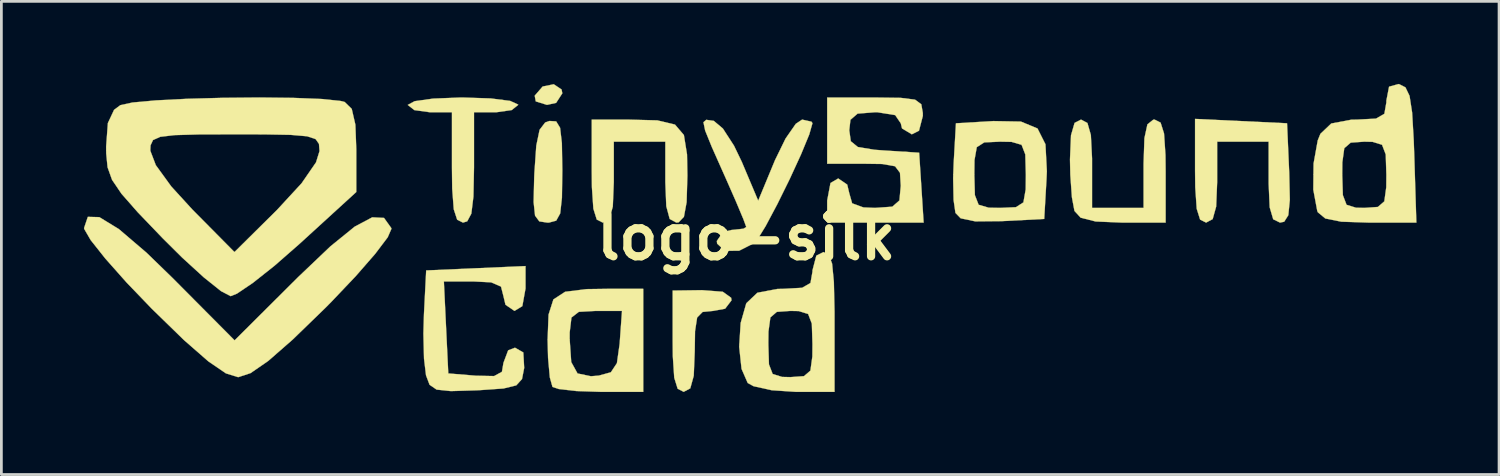
<source format=kicad_pcb>
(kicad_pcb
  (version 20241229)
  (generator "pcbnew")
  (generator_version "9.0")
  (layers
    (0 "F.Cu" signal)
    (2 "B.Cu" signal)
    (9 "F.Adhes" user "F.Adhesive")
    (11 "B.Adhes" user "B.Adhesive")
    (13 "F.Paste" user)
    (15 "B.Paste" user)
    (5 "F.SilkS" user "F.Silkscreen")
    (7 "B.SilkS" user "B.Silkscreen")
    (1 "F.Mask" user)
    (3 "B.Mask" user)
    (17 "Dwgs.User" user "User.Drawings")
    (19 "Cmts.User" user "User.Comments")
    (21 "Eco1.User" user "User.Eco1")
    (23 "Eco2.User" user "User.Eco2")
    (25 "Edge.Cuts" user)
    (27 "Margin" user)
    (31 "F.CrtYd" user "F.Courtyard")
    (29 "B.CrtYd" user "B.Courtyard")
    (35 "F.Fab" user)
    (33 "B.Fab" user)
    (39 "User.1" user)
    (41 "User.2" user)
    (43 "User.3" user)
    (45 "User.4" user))
  (footprint "logo-silk"
    (layer "F.Cu")
    (at 24.068 5.574)
    (property "Reference" "logo-silk" (at 0 0 0) (layer "F.SilkS") (effects (font (size 1.524 1.524) (thickness 0.3))))
    (attr through_hole)
    (fp_poly (pts (xy -6.711 -5.372) (xy -6.684 -5.233) (xy -6.909 -4.886) (xy -7.241 -4.813) (xy -7.649 -4.94) (xy -7.687 -5.147) (xy -7.399 -5.48) (xy -6.995 -5.562) (xy -6.711 -5.372)) (stroke (width 0.01) (type solid)) (fill yes) (layer "F.SilkS"))
    (fp_poly (pts (xy -0.853 1.978) (xy -0.549 2.197) (xy -0.535 2.289) (xy -0.768 2.594) (xy -1.203 2.674) (xy -1.586 2.712) (xy -1.785 2.914) (xy -1.861 3.41) (xy -1.872 4.144) (xy -1.908 5.031) (xy -2.034 5.488) (xy -2.273 5.615) (xy -2.492 5.503) (xy -2.617 5.103) (xy -2.669 4.316) (xy -2.674 3.775) (xy -2.674 1.935) (xy -1.604 1.92) (xy -0.853 1.978)) (stroke (width 0.01) (type solid)) (fill yes) (layer "F.SilkS"))
    (fp_poly (pts (xy -6.907 -4.213) (xy -6.765 -3.98) (xy -6.7 -3.424) (xy -6.684 -2.441) (xy -6.684 -2.426) (xy -6.698 -1.437) (xy -6.761 -0.869) (xy -6.906 -0.606) (xy -7.166 -0.536) (xy -7.231 -0.535) (xy -7.52 -0.579) (xy -7.675 -0.788) (xy -7.727 -1.281) (xy -7.706 -2.173) (xy -7.699 -2.337) (xy -7.63 -3.332) (xy -7.51 -3.907) (xy -7.307 -4.173) (xy -7.152 -4.228) (xy -6.907 -4.213)) (stroke (width 0.01) (type solid)) (fill yes) (layer "F.SilkS"))
    (fp_poly (pts (xy 19.652 -4.144) (xy 19.731 -2.339) (xy 19.753 -1.359) (xy 19.698 -0.804) (xy 19.548 -0.567) (xy 19.396 -0.535) (xy 19.149 -0.656) (xy 19.021 -1.091) (xy 18.983 -1.946) (xy 18.983 -2.005) (xy 18.983 -3.476) (xy 17.112 -3.476) (xy 17.112 -2.005) (xy 17.076 -1.118) (xy 16.949 -0.662) (xy 16.711 -0.535) (xy 16.493 -0.644) (xy 16.369 -1.038) (xy 16.316 -1.815) (xy 16.309 -2.419) (xy 16.309 -4.303) (xy 19.652 -4.144)) (stroke (width 0.01) (type solid)) (fill yes) (layer "F.SilkS"))
    (fp_poly (pts (xy -3.232 -4.25) (xy -2.59 -4.097) (xy -2.266 -3.717) (xy -2.152 -3.01) (xy -2.139 -2.244) (xy -2.167 -1.278) (xy -2.265 -0.745) (xy -2.457 -0.545) (xy -2.54 -0.535) (xy -2.782 -0.667) (xy -2.906 -1.13) (xy -2.941 -2.005) (xy -2.941 -3.476) (xy -4.813 -3.476) (xy -4.813 -2.005) (xy -4.849 -1.118) (xy -4.975 -0.662) (xy -5.214 -0.535) (xy -5.432 -0.645) (xy -5.556 -1.041) (xy -5.609 -1.82) (xy -5.615 -2.406) (xy -5.615 -4.278) (xy -4.3 -4.278) (xy -3.232 -4.25)) (stroke (width 0.01) (type solid)) (fill yes) (layer "F.SilkS"))
    (fp_poly (pts (xy -9.283 -5.047) (xy -8.579 -4.957) (xy -8.29 -4.825) (xy -8.288 -4.813) (xy -8.521 -4.625) (xy -9.081 -4.545) (xy -9.091 -4.545) (xy -9.893 -4.545) (xy -9.893 -2.54) (xy -9.914 -1.482) (xy -9.99 -0.861) (xy -10.14 -0.581) (xy -10.294 -0.535) (xy -10.505 -0.64) (xy -10.629 -1.019) (xy -10.686 -1.77) (xy -10.695 -2.54) (xy -10.695 -4.545) (xy -11.497 -4.545) (xy -12.06 -4.623) (xy -12.299 -4.809) (xy -12.299 -4.813) (xy -12.05 -4.947) (xy -11.377 -5.041) (xy -10.388 -5.08) (xy -10.294 -5.08) (xy -9.283 -5.047)) (stroke (width 0.01) (type solid)) (fill yes) (layer "F.SilkS"))
    (fp_poly (pts (xy 15.057 -4.168) (xy 15.182 -3.772) (xy 15.234 -2.992) (xy 15.24 -2.406) (xy 15.24 -0.535) (xy 13.664 -0.535) (xy 12.698 -0.575) (xy 12.153 -0.713) (xy 11.927 -0.958) (xy 11.834 -1.455) (xy 11.776 -2.268) (xy 11.764 -2.829) (xy 11.801 -3.709) (xy 11.931 -4.158) (xy 12.165 -4.278) (xy 12.398 -4.155) (xy 12.523 -3.718) (xy 12.566 -2.867) (xy 12.566 -2.674) (xy 12.566 -1.069) (xy 14.438 -1.069) (xy 14.438 -2.674) (xy 14.469 -3.605) (xy 14.578 -4.105) (xy 14.791 -4.275) (xy 14.839 -4.278) (xy 15.057 -4.168)) (stroke (width 0.01) (type solid)) (fill yes) (layer "F.SilkS"))
    (fp_poly (pts (xy -3.743 5.615) (xy -5.303 5.615) (xy -6.173 5.586) (xy -6.813 5.513) (xy -7.041 5.436) (xy -7.138 5.091) (xy -7.202 4.385) (xy -7.219 3.727) (xy -7.218 3.699) (xy -6.417 3.699) (xy -6.36 4.533) (xy -6.131 4.947) (xy -5.645 5.048) (xy -5.357 5.025) (xy -4.92 4.904) (xy -4.7 4.572) (xy -4.601 3.871) (xy -4.597 3.81) (xy -4.515 2.674) (xy -5.466 2.674) (xy -6.084 2.708) (xy -6.352 2.915) (xy -6.416 3.453) (xy -6.417 3.699) (xy -7.218 3.699) (xy -7.184 2.809) (xy -7.008 2.257) (xy -6.582 1.979) (xy -5.799 1.882) (xy -5.058 1.872) (xy -3.743 1.872) (xy -3.743 5.615)) (stroke (width 0.01) (type solid)) (fill yes) (layer "F.SilkS"))
    (fp_poly (pts (xy -23.508 -0.733) (xy -22.801 -0.301) (xy -21.797 0.556) (xy -20.854 1.471) (xy -18.593 3.744) (xy -16.283 1.444) (xy -15.11 0.327) (xy -14.226 -0.39) (xy -13.591 -0.727) (xy -13.163 -0.705) (xy -12.905 -0.345) (xy -12.893 -0.312) (xy -13.029 -0.001) (xy -13.483 0.599) (xy -14.189 1.409) (xy -15.08 2.347) (xy -15.293 2.562) (xy -16.48 3.713) (xy -17.371 4.492) (xy -18.014 4.935) (xy -18.457 5.08) (xy -18.469 5.08) (xy -18.908 4.944) (xy -19.545 4.509) (xy -20.427 3.739) (xy -21.595 2.602) (xy -22.52 1.64) (xy -23.286 0.777) (xy -23.823 0.1) (xy -24.058 -0.305) (xy -24.063 -0.339) (xy -23.926 -0.744) (xy -23.508 -0.733)) (stroke (width 0.01) (type solid)) (fill yes) (layer "F.SilkS"))
    (fp_poly (pts (xy 9.98 -4.206) (xy 10.584 -3.955) (xy 10.873 -3.381) (xy 10.924 -2.399) (xy 10.91 -2.094) (xy 10.828 -0.668) (xy 9.288 -0.588) (xy 8.326 -0.579) (xy 7.792 -0.691) (xy 7.602 -0.887) (xy 7.534 -1.357) (xy 7.518 -2.148) (xy 7.522 -2.273) (xy 8.288 -2.273) (xy 8.308 -1.533) (xy 8.444 -1.183) (xy 8.808 -1.077) (xy 9.224 -1.069) (xy 9.799 -1.095) (xy 10.071 -1.269) (xy 10.154 -1.737) (xy 10.16 -2.273) (xy 10.14 -3.012) (xy 10.005 -3.362) (xy 9.641 -3.468) (xy 9.224 -3.476) (xy 8.649 -3.45) (xy 8.377 -3.276) (xy 8.294 -2.808) (xy 8.288 -2.273) (xy 7.522 -2.273) (xy 7.538 -2.706) (xy 7.62 -4.144) (xy 8.981 -4.224) (xy 9.98 -4.206)) (stroke (width 0.01) (type solid)) (fill yes) (layer "F.SilkS"))
    (fp_poly (pts (xy -8.021 1.859) (xy -8.137 2.501) (xy -8.422 2.674) (xy -8.749 2.451) (xy -8.823 2.139) (xy -8.912 1.791) (xy -9.27 1.636) (xy -9.905 1.604) (xy -10.988 1.604) (xy -10.908 3.275) (xy -10.828 4.946) (xy -9.826 5.029) (xy -9.163 5.042) (xy -8.878 4.886) (xy -8.823 4.561) (xy -8.652 4.107) (xy -8.404 4.011) (xy -8.101 4.184) (xy -8.07 4.746) (xy -8.149 5.15) (xy -8.356 5.379) (xy -8.821 5.493) (xy -9.673 5.553) (xy -9.818 5.56) (xy -10.734 5.588) (xy -11.252 5.534) (xy -11.508 5.358) (xy -11.636 5.018) (xy -11.637 5.015) (xy -11.71 4.407) (xy -11.732 3.499) (xy -11.712 2.796) (xy -11.631 1.203) (xy -9.826 1.124) (xy -8.021 1.045) (xy -8.021 1.859)) (stroke (width 0.01) (type solid)) (fill yes) (layer "F.SilkS"))
    (fp_poly (pts (xy 2.371 -4.202) (xy 2.406 -4.147) (xy 2.29 -3.739) (xy 1.99 -3.012) (xy 1.577 -2.114) (xy 1.124 -1.196) (xy 0.704 -0.407) (xy 0.389 0.105) (xy 0.305 0.201) (xy -0.257 0.486) (xy -0.775 0.492) (xy -1.058 0.23) (xy -1.069 0.134) (xy -0.847 -0.193) (xy -0.535 -0.267) (xy -0.1 -0.313) (xy 0 -0.376) (xy -0.102 -0.655) (xy -0.369 -1.291) (xy -0.748 -2.153) (xy -0.802 -2.273) (xy -1.248 -3.275) (xy -1.494 -3.881) (xy -1.556 -4.182) (xy -1.453 -4.27) (xy -1.202 -4.235) (xy -1.179 -4.231) (xy -0.849 -3.953) (xy -0.443 -3.326) (xy -0.16 -2.738) (xy 0.434 -1.331) (xy 1.045 -2.804) (xy 1.429 -3.59) (xy 1.801 -4.125) (xy 2.031 -4.278) (xy 2.371 -4.202)) (stroke (width 0.01) (type solid)) (fill yes) (layer "F.SilkS"))
    (fp_poly (pts (xy 5.613 -5.068) (xy 6.134 -5.002) (xy 6.361 -4.835) (xy 6.416 -4.521) (xy 6.417 -4.412) (xy 6.277 -3.874) (xy 6.016 -3.743) (xy 5.661 -3.957) (xy 5.615 -4.144) (xy 5.412 -4.441) (xy 4.764 -4.545) (xy 4.679 -4.545) (xy 4.045 -4.495) (xy 3.786 -4.27) (xy 3.743 -3.891) (xy 3.799 -3.491) (xy 4.057 -3.281) (xy 4.658 -3.182) (xy 5.013 -3.156) (xy 6.283 -3.075) (xy 6.365 -1.805) (xy 6.446 -0.535) (xy 2.941 -0.535) (xy 2.941 -1.337) (xy 3.061 -1.974) (xy 3.342 -2.139) (xy 3.669 -1.916) (xy 3.743 -1.604) (xy 3.848 -1.236) (xy 4.256 -1.087) (xy 4.679 -1.069) (xy 5.308 -1.114) (xy 5.566 -1.341) (xy 5.615 -1.872) (xy 5.586 -2.346) (xy 5.406 -2.583) (xy 4.938 -2.665) (xy 4.278 -2.674) (xy 2.941 -2.674) (xy 2.941 -5.08) (xy 4.679 -5.08) (xy 5.613 -5.068)) (stroke (width 0.01) (type solid)) (fill yes) (layer "F.SilkS"))
    (fp_poly (pts (xy 2.999 0.626) (xy 3.12 0.958) (xy 3.184 1.622) (xy 3.208 2.706) (xy 3.208 3.075) (xy 3.208 5.615) (xy 1.791 5.615) (xy 0.928 5.557) (xy 0.268 5.411) (xy 0.053 5.294) (xy -0.171 4.781) (xy -0.257 3.978) (xy -0.251 3.877) (xy 0.802 3.877) (xy 0.825 4.617) (xy 0.96 4.967) (xy 1.302 5.073) (xy 1.604 5.08) (xy 2.097 5.045) (xy 2.331 4.844) (xy 2.402 4.331) (xy 2.406 3.877) (xy 2.383 3.137) (xy 2.249 2.787) (xy 1.907 2.68) (xy 1.604 2.674) (xy 1.111 2.709) (xy 0.877 2.91) (xy 0.807 3.423) (xy 0.802 3.877) (xy -0.251 3.877) (xy -0.203 3.113) (xy -0.004 2.414) (xy 0.009 2.389) (xy 0.404 2.014) (xy 1.133 1.876) (xy 1.346 1.872) (xy 2.031 1.834) (xy 2.334 1.659) (xy 2.406 1.251) (xy 2.406 1.203) (xy 2.546 0.666) (xy 2.807 0.535) (xy 2.999 0.626)) (stroke (width 0.01) (type solid)) (fill yes) (layer "F.SilkS"))
    (fp_poly (pts (xy 23.729 -5.564) (xy 23.955 -5.449) (xy 24.104 -5.139) (xy 24.197 -4.534) (xy 24.255 -3.535) (xy 24.274 -3.005) (xy 24.351 -0.535) (xy 22.631 -0.535) (xy 21.625 -0.568) (xy 21.042 -0.685) (xy 20.771 -0.91) (xy 20.75 -0.958) (xy 20.606 -1.73) (xy 20.611 -2.273) (xy 21.657 -2.273) (xy 21.68 -1.533) (xy 21.814 -1.182) (xy 22.156 -1.076) (xy 22.459 -1.069) (xy 22.952 -1.104) (xy 23.186 -1.306) (xy 23.257 -1.819) (xy 23.261 -2.273) (xy 23.238 -3.012) (xy 23.104 -3.363) (xy 22.762 -3.469) (xy 22.459 -3.476) (xy 21.966 -3.441) (xy 21.732 -3.24) (xy 21.661 -2.727) (xy 21.657 -2.273) (xy 20.611 -2.273) (xy 20.616 -2.682) (xy 20.767 -3.522) (xy 20.864 -3.761) (xy 21.258 -4.136) (xy 21.988 -4.274) (xy 22.201 -4.278) (xy 22.885 -4.314) (xy 23.188 -4.489) (xy 23.261 -4.9) (xy 23.261 -4.966) (xy 23.359 -5.474) (xy 23.701 -5.569) (xy 23.729 -5.564)) (stroke (width 0.01) (type solid)) (fill yes) (layer "F.SilkS"))
    (fp_poly (pts (xy -16.455 -5.067) (xy -15.433 -5.027) (xy -14.752 -4.957) (xy -14.593 -4.918) (xy -14.336 -4.667) (xy -14.204 -4.093) (xy -14.171 -3.201) (xy -14.171 -1.647) (xy -16.243 0.245) (xy -17.141 1.031) (xy -17.931 1.657) (xy -18.509 2.047) (xy -18.736 2.138) (xy -19.085 1.956) (xy -19.704 1.462) (xy -20.499 0.736) (xy -21.209 0.031) (xy -22.112 -0.91) (xy -22.702 -1.581) (xy -23.046 -2.089) (xy -23.209 -2.544) (xy -23.259 -3.051) (xy -23.26 -3.149) (xy -21.657 -3.149) (xy -21.456 -2.622) (xy -20.895 -1.849) (xy -20.128 -1.01) (xy -18.598 0.535) (xy -17.053 -0.994) (xy -16.159 -1.963) (xy -15.634 -2.724) (xy -15.507 -3.133) (xy -15.527 -3.395) (xy -15.647 -3.568) (xy -15.959 -3.672) (xy -16.553 -3.723) (xy -17.52 -3.741) (xy -18.582 -3.743) (xy -19.901 -3.739) (xy -20.776 -3.714) (xy -21.298 -3.652) (xy -21.558 -3.534) (xy -21.647 -3.344) (xy -21.657 -3.149) (xy -23.26 -3.149) (xy -23.261 -3.302) (xy -23.198 -4.152) (xy -22.973 -4.632) (xy -22.744 -4.803) (xy -22.303 -4.899) (xy -21.452 -4.976) (xy -20.317 -5.034) (xy -19.022 -5.069) (xy -17.693 -5.081) (xy -16.455 -5.067)) (stroke (width 0.01) (type solid)) (fill yes) (layer "F.SilkS")))
  (gr_rect
    (start -3 -3)
    (end 51.424 14.194)
    (stroke (width 0.1) (type default))
    (fill no)
    (layer "Edge.Cuts")))
</source>
